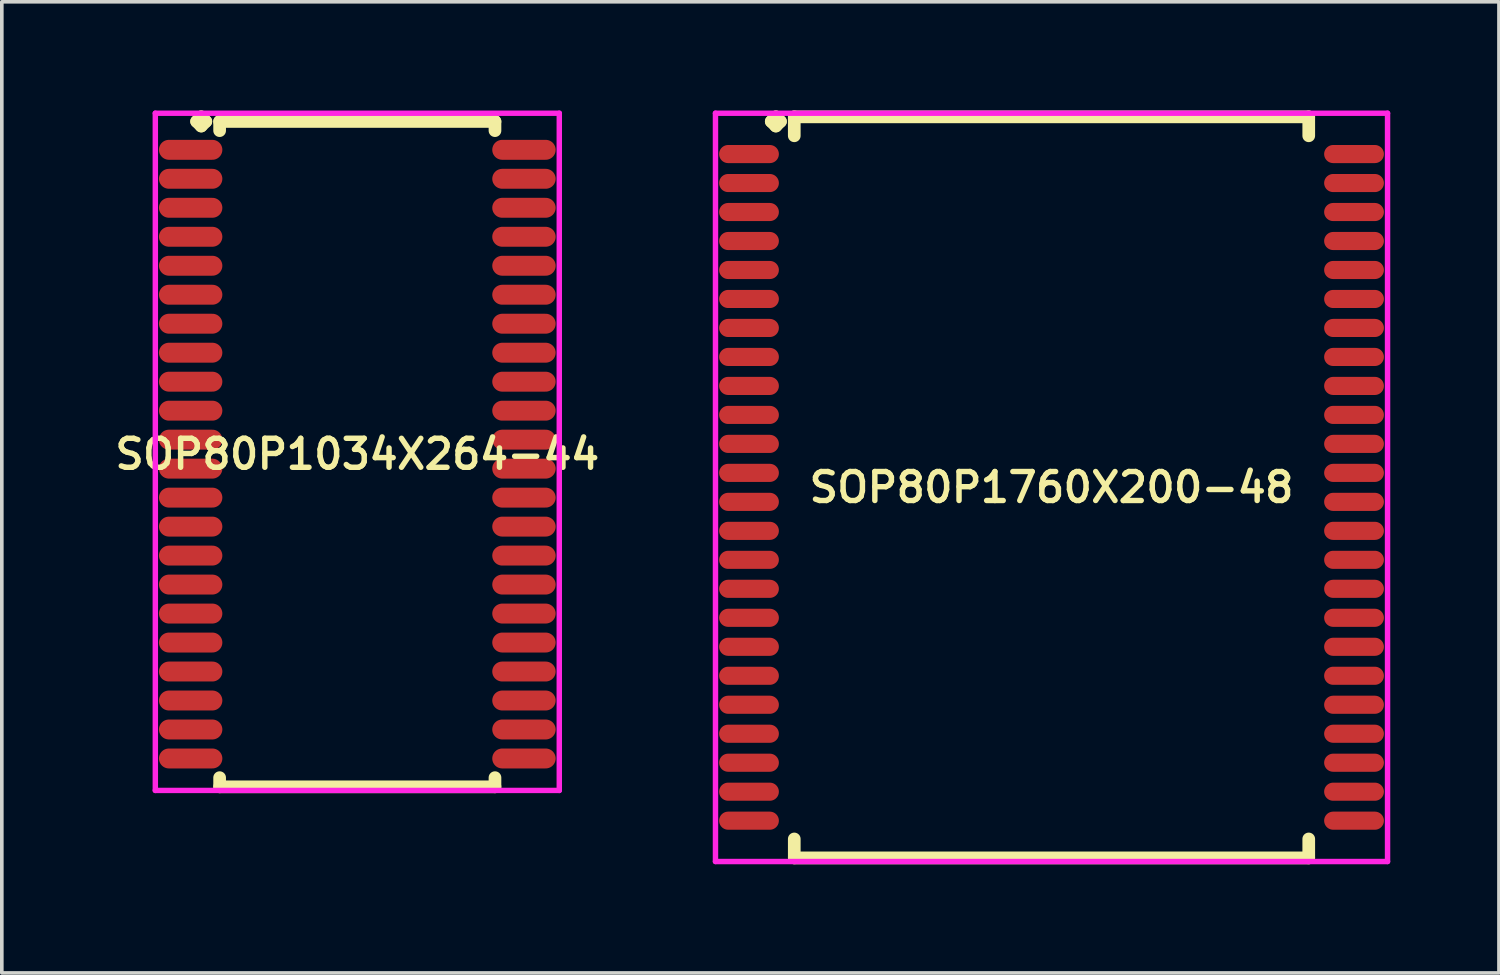
<source format=kicad_pcb>
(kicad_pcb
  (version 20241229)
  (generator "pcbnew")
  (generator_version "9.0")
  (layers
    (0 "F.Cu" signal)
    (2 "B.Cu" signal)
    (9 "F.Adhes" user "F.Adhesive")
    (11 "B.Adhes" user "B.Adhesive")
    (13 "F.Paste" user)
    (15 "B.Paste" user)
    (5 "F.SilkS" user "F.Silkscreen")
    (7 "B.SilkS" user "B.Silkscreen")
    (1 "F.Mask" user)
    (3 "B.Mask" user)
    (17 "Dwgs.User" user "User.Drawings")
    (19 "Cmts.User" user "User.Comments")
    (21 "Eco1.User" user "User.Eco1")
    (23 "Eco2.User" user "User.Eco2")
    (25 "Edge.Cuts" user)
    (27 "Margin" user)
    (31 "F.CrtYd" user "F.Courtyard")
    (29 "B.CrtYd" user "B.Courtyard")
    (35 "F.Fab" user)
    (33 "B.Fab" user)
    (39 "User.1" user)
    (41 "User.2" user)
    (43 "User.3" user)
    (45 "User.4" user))
  (footprint "SOP80P1034X264-44"
    (layer "F.Cu")
    (at 6.812 9.485)
    (property "Reference" "SOP80P1034X264-44" (at 0 0 0) (layer "F.SilkS") (effects (font (size 0.8 0.8) (thickness 0.15))))
    (attr smd)
    (fp_line (start -4.435 -9.183) (end -4.308 -9.31) (stroke (width 0.35) (type solid)) (layer "F.SilkS"))
    (fp_line (start -4.308 -9.31) (end -4.181 -9.183) (stroke (width 0.35) (type solid)) (layer "F.SilkS"))
    (fp_line (start -4.308 -9.056) (end -4.435 -9.183) (stroke (width 0.35) (type solid)) (layer "F.SilkS"))
    (fp_line (start -4.181 -9.183) (end -4.308 -9.056) (stroke (width 0.35) (type solid)) (layer "F.SilkS"))
    (fp_line (start -3.8 -9.182) (end 3.8 -9.182) (stroke (width 0.35) (type solid)) (layer "F.SilkS"))
    (fp_line (start -3.8 -8.929) (end -3.8 -9.182) (stroke (width 0.35) (type solid)) (layer "F.SilkS"))
    (fp_line (start -3.8 8.929) (end -3.8 9.182) (stroke (width 0.35) (type solid)) (layer "F.SilkS"))
    (fp_line (start -3.8 9.182) (end 3.8 9.182) (stroke (width 0.35) (type solid)) (layer "F.SilkS"))
    (fp_line (start 3.8 -9.182) (end 3.8 -8.929) (stroke (width 0.35) (type solid)) (layer "F.SilkS"))
    (fp_line (start 3.8 9.182) (end 3.8 8.929) (stroke (width 0.35) (type solid)) (layer "F.SilkS"))
    (fp_line (start -5.575 -9.41) (end 5.575 -9.41) (stroke (width 0.15) (type solid)) (layer "F.CrtYd"))
    (fp_line (start -5.575 9.282) (end -5.575 -9.41) (stroke (width 0.15) (type solid)) (layer "F.CrtYd"))
    (fp_line (start 5.575 -9.41) (end 5.575 9.282) (stroke (width 0.15) (type solid)) (layer "F.CrtYd"))
    (fp_line (start 5.575 9.282) (end -5.575 9.282) (stroke (width 0.15) (type solid)) (layer "F.CrtYd"))
    (pad "1" smd oval (at -4.6 -8.4) (size 1.75 0.55) (layers "F.Cu" "F.Mask" "F.Paste"))
    (pad "2" smd oval (at -4.6 -7.6) (size 1.75 0.55) (layers "F.Cu" "F.Mask" "F.Paste"))
    (pad "3" smd oval (at -4.6 -6.8) (size 1.75 0.55) (layers "F.Cu" "F.Mask" "F.Paste"))
    (pad "4" smd oval (at -4.6 -6) (size 1.75 0.55) (layers "F.Cu" "F.Mask" "F.Paste"))
    (pad "5" smd oval (at -4.6 -5.2) (size 1.75 0.55) (layers "F.Cu" "F.Mask" "F.Paste"))
    (pad "6" smd oval (at -4.6 -4.4) (size 1.75 0.55) (layers "F.Cu" "F.Mask" "F.Paste"))
    (pad "7" smd oval (at -4.6 -3.6) (size 1.75 0.55) (layers "F.Cu" "F.Mask" "F.Paste"))
    (pad "8" smd oval (at -4.6 -2.8) (size 1.75 0.55) (layers "F.Cu" "F.Mask" "F.Paste"))
    (pad "9" smd oval (at -4.6 -2) (size 1.75 0.55) (layers "F.Cu" "F.Mask" "F.Paste"))
    (pad "10" smd oval (at -4.6 -1.2) (size 1.75 0.55) (layers "F.Cu" "F.Mask" "F.Paste"))
    (pad "11" smd oval (at -4.6 -0.4) (size 1.75 0.55) (layers "F.Cu" "F.Mask" "F.Paste"))
    (pad "12" smd oval (at -4.6 0.4) (size 1.75 0.55) (layers "F.Cu" "F.Mask" "F.Paste"))
    (pad "13" smd oval (at -4.6 1.2) (size 1.75 0.55) (layers "F.Cu" "F.Mask" "F.Paste"))
    (pad "14" smd oval (at -4.6 2) (size 1.75 0.55) (layers "F.Cu" "F.Mask" "F.Paste"))
    (pad "15" smd oval (at -4.6 2.8) (size 1.75 0.55) (layers "F.Cu" "F.Mask" "F.Paste"))
    (pad "16" smd oval (at -4.6 3.6) (size 1.75 0.55) (layers "F.Cu" "F.Mask" "F.Paste"))
    (pad "17" smd oval (at -4.6 4.4) (size 1.75 0.55) (layers "F.Cu" "F.Mask" "F.Paste"))
    (pad "18" smd oval (at -4.6 5.2) (size 1.75 0.55) (layers "F.Cu" "F.Mask" "F.Paste"))
    (pad "19" smd oval (at -4.6 6) (size 1.75 0.55) (layers "F.Cu" "F.Mask" "F.Paste"))
    (pad "20" smd oval (at -4.6 6.8) (size 1.75 0.55) (layers "F.Cu" "F.Mask" "F.Paste"))
    (pad "21" smd oval (at -4.6 7.6) (size 1.75 0.55) (layers "F.Cu" "F.Mask" "F.Paste"))
    (pad "22" smd oval (at -4.6 8.4) (size 1.75 0.55) (layers "F.Cu" "F.Mask" "F.Paste"))
    (pad "23" smd oval (at 4.6 8.4) (size 1.75 0.55) (layers "F.Cu" "F.Mask" "F.Paste"))
    (pad "24" smd oval (at 4.6 7.6) (size 1.75 0.55) (layers "F.Cu" "F.Mask" "F.Paste"))
    (pad "25" smd oval (at 4.6 6.8) (size 1.75 0.55) (layers "F.Cu" "F.Mask" "F.Paste"))
    (pad "26" smd oval (at 4.6 6) (size 1.75 0.55) (layers "F.Cu" "F.Mask" "F.Paste"))
    (pad "27" smd oval (at 4.6 5.2) (size 1.75 0.55) (layers "F.Cu" "F.Mask" "F.Paste"))
    (pad "28" smd oval (at 4.6 4.4) (size 1.75 0.55) (layers "F.Cu" "F.Mask" "F.Paste"))
    (pad "29" smd oval (at 4.6 3.6) (size 1.75 0.55) (layers "F.Cu" "F.Mask" "F.Paste"))
    (pad "30" smd oval (at 4.6 2.8) (size 1.75 0.55) (layers "F.Cu" "F.Mask" "F.Paste"))
    (pad "31" smd oval (at 4.6 2) (size 1.75 0.55) (layers "F.Cu" "F.Mask" "F.Paste"))
    (pad "32" smd oval (at 4.6 1.2) (size 1.75 0.55) (layers "F.Cu" "F.Mask" "F.Paste"))
    (pad "33" smd oval (at 4.6 0.4) (size 1.75 0.55) (layers "F.Cu" "F.Mask" "F.Paste"))
    (pad "34" smd oval (at 4.6 -0.4) (size 1.75 0.55) (layers "F.Cu" "F.Mask" "F.Paste"))
    (pad "35" smd oval (at 4.6 -1.2) (size 1.75 0.55) (layers "F.Cu" "F.Mask" "F.Paste"))
    (pad "36" smd oval (at 4.6 -2) (size 1.75 0.55) (layers "F.Cu" "F.Mask" "F.Paste"))
    (pad "37" smd oval (at 4.6 -2.8) (size 1.75 0.55) (layers "F.Cu" "F.Mask" "F.Paste"))
    (pad "38" smd oval (at 4.6 -3.6) (size 1.75 0.55) (layers "F.Cu" "F.Mask" "F.Paste"))
    (pad "39" smd oval (at 4.6 -4.4) (size 1.75 0.55) (layers "F.Cu" "F.Mask" "F.Paste"))
    (pad "40" smd oval (at 4.6 -5.2) (size 1.75 0.55) (layers "F.Cu" "F.Mask" "F.Paste"))
    (pad "41" smd oval (at 4.6 -6) (size 1.75 0.55) (layers "F.Cu" "F.Mask" "F.Paste"))
    (pad "42" smd oval (at 4.6 -6.8) (size 1.75 0.55) (layers "F.Cu" "F.Mask" "F.Paste"))
    (pad "43" smd oval (at 4.6 -7.6) (size 1.75 0.55) (layers "F.Cu" "F.Mask" "F.Paste"))
    (pad "44" smd oval (at 4.6 -8.4) (size 1.75 0.55) (layers "F.Cu" "F.Mask" "F.Paste")))
  (footprint "SOP80P1760X200-48"
    (layer "F.Cu")
    (at 25.973 10.402)
    (property "Reference" "SOP80P1760X200-48" (at 0 0 0) (layer "F.SilkS") (effects (font (size 0.8 0.8) (thickness 0.15))))
    (attr smd)
    (fp_line (start -7.735 -10.1) (end -7.608 -10.227) (stroke (width 0.35) (type solid)) (layer "F.SilkS"))
    (fp_line (start -7.608 -10.227) (end -7.481 -10.1) (stroke (width 0.35) (type solid)) (layer "F.SilkS"))
    (fp_line (start -7.608 -9.973) (end -7.735 -10.1) (stroke (width 0.35) (type solid)) (layer "F.SilkS"))
    (fp_line (start -7.481 -10.1) (end -7.608 -9.973) (stroke (width 0.35) (type solid)) (layer "F.SilkS"))
    (fp_line (start -7.1 -10.227) (end 7.1 -10.227) (stroke (width 0.35) (type solid)) (layer "F.SilkS"))
    (fp_line (start -7.1 -9.704) (end -7.1 -10.227) (stroke (width 0.35) (type solid)) (layer "F.SilkS"))
    (fp_line (start -7.1 9.704) (end -7.1 10.227) (stroke (width 0.35) (type solid)) (layer "F.SilkS"))
    (fp_line (start -7.1 10.227) (end 7.1 10.227) (stroke (width 0.35) (type solid)) (layer "F.SilkS"))
    (fp_line (start 7.1 -10.227) (end 7.1 -9.704) (stroke (width 0.35) (type solid)) (layer "F.SilkS"))
    (fp_line (start 7.1 10.227) (end 7.1 9.704) (stroke (width 0.35) (type solid)) (layer "F.SilkS"))
    (fp_line (start -9.275 -10.327) (end 9.275 -10.327) (stroke (width 0.15) (type solid)) (layer "F.CrtYd"))
    (fp_line (start -9.275 10.327) (end -9.275 -10.327) (stroke (width 0.15) (type solid)) (layer "F.CrtYd"))
    (fp_line (start 9.275 -10.327) (end 9.275 10.327) (stroke (width 0.15) (type solid)) (layer "F.CrtYd"))
    (fp_line (start 9.275 10.327) (end -9.275 10.327) (stroke (width 0.15) (type solid)) (layer "F.CrtYd"))
    (pad "1" smd oval (at -8.35 -9.2) (size 1.65 0.5) (layers "F.Cu" "F.Mask" "F.Paste"))
    (pad "2" smd oval (at -8.35 -8.4) (size 1.65 0.5) (layers "F.Cu" "F.Mask" "F.Paste"))
    (pad "3" smd oval (at -8.35 -7.6) (size 1.65 0.5) (layers "F.Cu" "F.Mask" "F.Paste"))
    (pad "4" smd oval (at -8.35 -6.8) (size 1.65 0.5) (layers "F.Cu" "F.Mask" "F.Paste"))
    (pad "5" smd oval (at -8.35 -6) (size 1.65 0.5) (layers "F.Cu" "F.Mask" "F.Paste"))
    (pad "6" smd oval (at -8.35 -5.2) (size 1.65 0.5) (layers "F.Cu" "F.Mask" "F.Paste"))
    (pad "7" smd oval (at -8.35 -4.4) (size 1.65 0.5) (layers "F.Cu" "F.Mask" "F.Paste"))
    (pad "8" smd oval (at -8.35 -3.6) (size 1.65 0.5) (layers "F.Cu" "F.Mask" "F.Paste"))
    (pad "9" smd oval (at -8.35 -2.8) (size 1.65 0.5) (layers "F.Cu" "F.Mask" "F.Paste"))
    (pad "10" smd oval (at -8.35 -2) (size 1.65 0.5) (layers "F.Cu" "F.Mask" "F.Paste"))
    (pad "11" smd oval (at -8.35 -1.2) (size 1.65 0.5) (layers "F.Cu" "F.Mask" "F.Paste"))
    (pad "12" smd oval (at -8.35 -0.4) (size 1.65 0.5) (layers "F.Cu" "F.Mask" "F.Paste"))
    (pad "13" smd oval (at -8.35 0.4) (size 1.65 0.5) (layers "F.Cu" "F.Mask" "F.Paste"))
    (pad "14" smd oval (at -8.35 1.2) (size 1.65 0.5) (layers "F.Cu" "F.Mask" "F.Paste"))
    (pad "15" smd oval (at -8.35 2) (size 1.65 0.5) (layers "F.Cu" "F.Mask" "F.Paste"))
    (pad "16" smd oval (at -8.35 2.8) (size 1.65 0.5) (layers "F.Cu" "F.Mask" "F.Paste"))
    (pad "17" smd oval (at -8.35 3.6) (size 1.65 0.5) (layers "F.Cu" "F.Mask" "F.Paste"))
    (pad "18" smd oval (at -8.35 4.4) (size 1.65 0.5) (layers "F.Cu" "F.Mask" "F.Paste"))
    (pad "19" smd oval (at -8.35 5.2) (size 1.65 0.5) (layers "F.Cu" "F.Mask" "F.Paste"))
    (pad "20" smd oval (at -8.35 6) (size 1.65 0.5) (layers "F.Cu" "F.Mask" "F.Paste"))
    (pad "21" smd oval (at -8.35 6.8) (size 1.65 0.5) (layers "F.Cu" "F.Mask" "F.Paste"))
    (pad "22" smd oval (at -8.35 7.6) (size 1.65 0.5) (layers "F.Cu" "F.Mask" "F.Paste"))
    (pad "23" smd oval (at -8.35 8.4) (size 1.65 0.5) (layers "F.Cu" "F.Mask" "F.Paste"))
    (pad "24" smd oval (at -8.35 9.2) (size 1.65 0.5) (layers "F.Cu" "F.Mask" "F.Paste"))
    (pad "25" smd oval (at 8.35 9.2) (size 1.65 0.5) (layers "F.Cu" "F.Mask" "F.Paste"))
    (pad "26" smd oval (at 8.35 8.4) (size 1.65 0.5) (layers "F.Cu" "F.Mask" "F.Paste"))
    (pad "27" smd oval (at 8.35 7.6) (size 1.65 0.5) (layers "F.Cu" "F.Mask" "F.Paste"))
    (pad "28" smd oval (at 8.35 6.8) (size 1.65 0.5) (layers "F.Cu" "F.Mask" "F.Paste"))
    (pad "29" smd oval (at 8.35 6) (size 1.65 0.5) (layers "F.Cu" "F.Mask" "F.Paste"))
    (pad "30" smd oval (at 8.35 5.2) (size 1.65 0.5) (layers "F.Cu" "F.Mask" "F.Paste"))
    (pad "31" smd oval (at 8.35 4.4) (size 1.65 0.5) (layers "F.Cu" "F.Mask" "F.Paste"))
    (pad "32" smd oval (at 8.35 3.6) (size 1.65 0.5) (layers "F.Cu" "F.Mask" "F.Paste"))
    (pad "33" smd oval (at 8.35 2.8) (size 1.65 0.5) (layers "F.Cu" "F.Mask" "F.Paste"))
    (pad "34" smd oval (at 8.35 2) (size 1.65 0.5) (layers "F.Cu" "F.Mask" "F.Paste"))
    (pad "35" smd oval (at 8.35 1.2) (size 1.65 0.5) (layers "F.Cu" "F.Mask" "F.Paste"))
    (pad "36" smd oval (at 8.35 0.4) (size 1.65 0.5) (layers "F.Cu" "F.Mask" "F.Paste"))
    (pad "37" smd oval (at 8.35 -0.4) (size 1.65 0.5) (layers "F.Cu" "F.Mask" "F.Paste"))
    (pad "38" smd oval (at 8.35 -1.2) (size 1.65 0.5) (layers "F.Cu" "F.Mask" "F.Paste"))
    (pad "39" smd oval (at 8.35 -2) (size 1.65 0.5) (layers "F.Cu" "F.Mask" "F.Paste"))
    (pad "40" smd oval (at 8.35 -2.8) (size 1.65 0.5) (layers "F.Cu" "F.Mask" "F.Paste"))
    (pad "41" smd oval (at 8.35 -3.6) (size 1.65 0.5) (layers "F.Cu" "F.Mask" "F.Paste"))
    (pad "42" smd oval (at 8.35 -4.4) (size 1.65 0.5) (layers "F.Cu" "F.Mask" "F.Paste"))
    (pad "43" smd oval (at 8.35 -5.2) (size 1.65 0.5) (layers "F.Cu" "F.Mask" "F.Paste"))
    (pad "44" smd oval (at 8.35 -6) (size 1.65 0.5) (layers "F.Cu" "F.Mask" "F.Paste"))
    (pad "45" smd oval (at 8.35 -6.8) (size 1.65 0.5) (layers "F.Cu" "F.Mask" "F.Paste"))
    (pad "46" smd oval (at 8.35 -7.6) (size 1.65 0.5) (layers "F.Cu" "F.Mask" "F.Paste"))
    (pad "47" smd oval (at 8.35 -8.4) (size 1.65 0.5) (layers "F.Cu" "F.Mask" "F.Paste"))
    (pad "48" smd oval (at 8.35 -9.2) (size 1.65 0.5) (layers "F.Cu" "F.Mask" "F.Paste")))
  (gr_rect
    (start -3 -3)
    (end 38.323 23.804)
    (stroke (width 0.1) (type default))
    (fill no)
    (layer "Edge.Cuts")))
</source>
